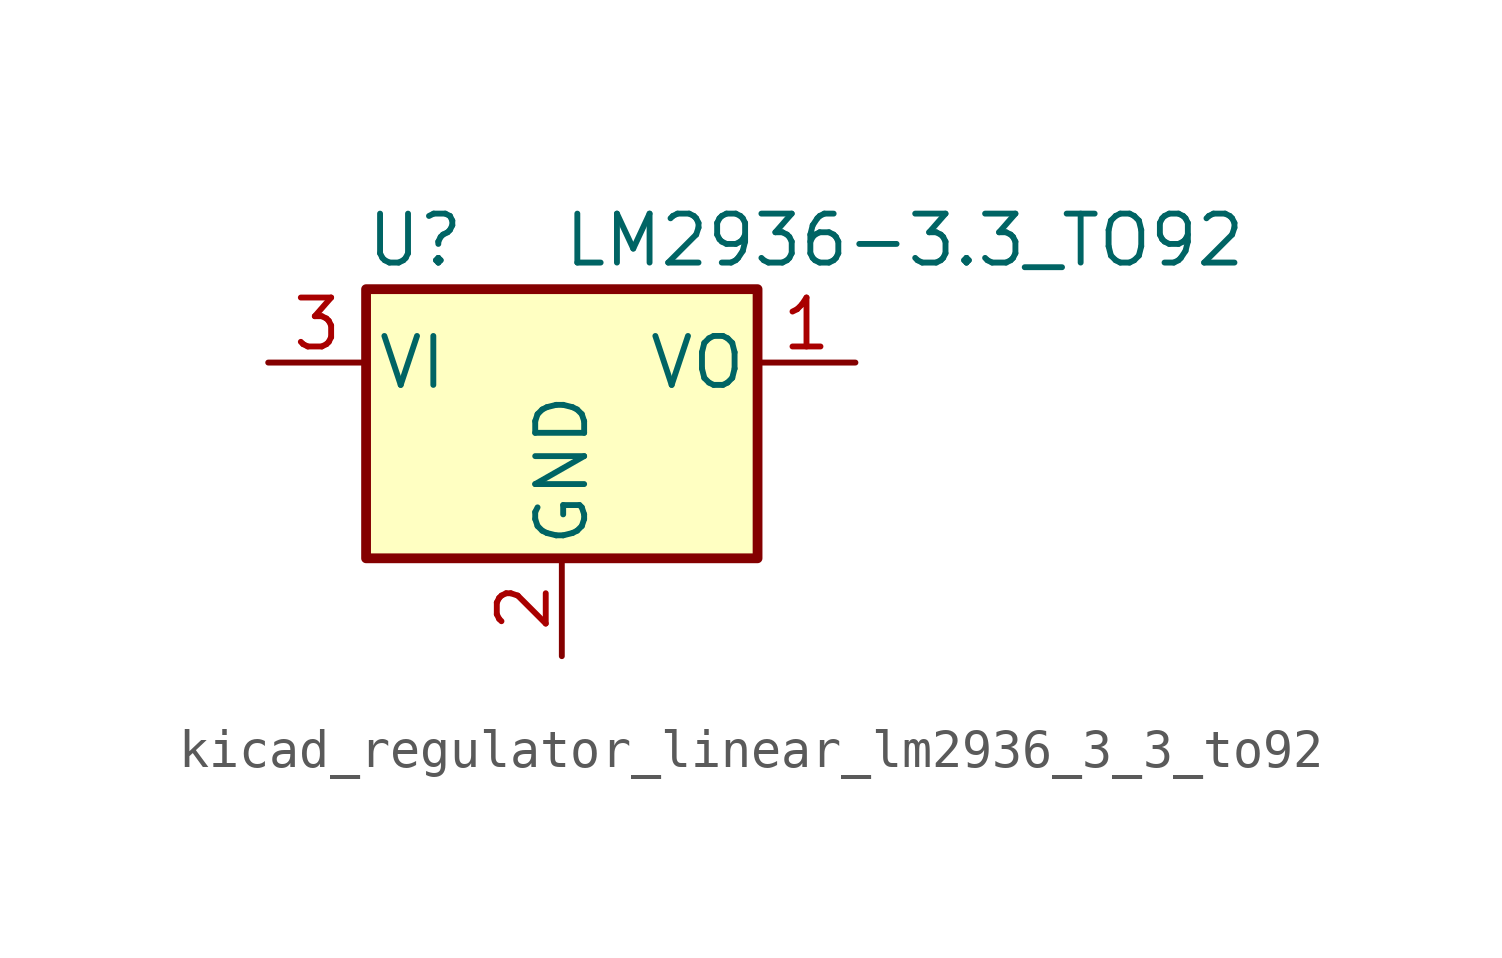
<source format=kicad_sym>
(kicad_symbol_lib
  (version 20220914)
  (generator kicad_symbol_editor)
  (symbol "kicad_regulator_linear_lm2936_3_3_to92"
    (pin_names
      (offset 0.254))
    (property "Reference" "U"
      (at -3.81 3.175 0)
      (effects (font (size 1.27 1.27))))
    (property "Value" "LM2936-3.3_TO92"
      (at 0 3.175 0)
      (effects (font (size 1.27 1.27)) (justify left)))
    (symbol "kicad_regulator_linear_lm2936_3_3_to92_0_1"
      (rectangle (start -5.08 -5.08) (end 5.08 1.905) (stroke (width 0.254) (type default)) (fill (type background))))
    (symbol "kicad_regulator_linear_lm2936_3_3_to92_1_1"
      (pin power_out line (at 7.62 0 180) (length 2.54) (name "VO" (effects (font (size 1.27 1.27)))) (number "1" (effects (font (size 1.27 1.27)))))
      (pin power_in line (at 0 -7.62 90) (length 2.54) (name "GND" (effects (font (size 1.27 1.27)))) (number "2" (effects (font (size 1.27 1.27)))))
      (pin power_in line (at -7.62 0 0) (length 2.54) (name "VI" (effects (font (size 1.27 1.27)))) (number "3" (effects (font (size 1.27 1.27))))))))
</source>
